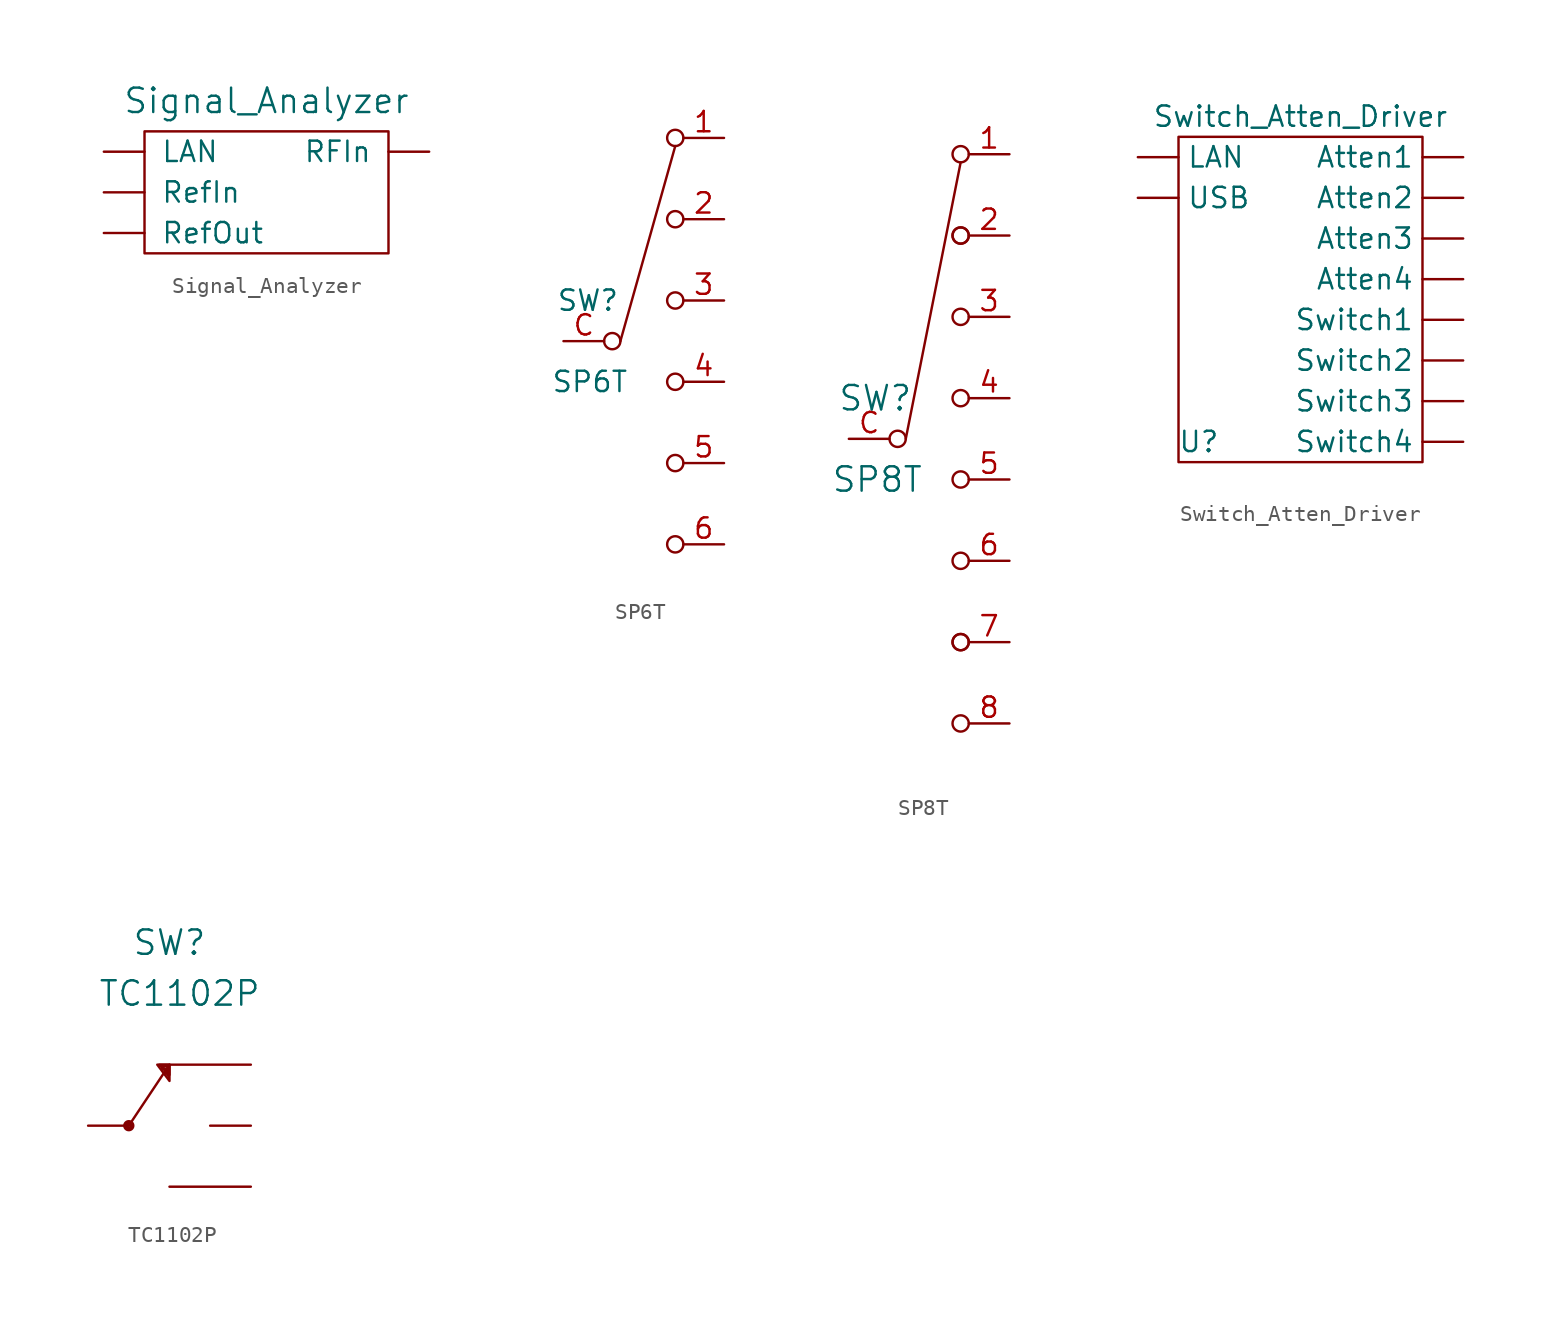
<source format=kicad_sym>
(kicad_symbol_lib
  (version 20211014)
  (generator kicad_symbol_editor)
  (symbol "Signal_Analyzer"
    (pin_names
      (offset 1.016))
    (property "Reference" "SA"
      (at 0 5.715 0)
      (effects (font (size 1.524 1.524)) hide))
    (property "Value" "Signal_Analyzer"
      (at 0 3.175 0)
      (effects (font (size 1.524 1.524))))
    (property "Footprint" ""
      (at 0 0 0)
      (effects (font (size 1.524 1.524))))
    (property "Datasheet" ""
      (at 0 0 0)
      (effects (font (size 1.524 1.524))))
    (symbol "Signal_Analyzer_0_1"
      (rectangle (start -7.62 1.27) (end 7.62 -6.35) (stroke (width 0) (type default) (color 0 0 0 0)) (fill (type none))))
    (symbol "Signal_Analyzer_1_1"
      (pin bidirectional line (at -10.16 0 0) (length 2.54) (name "LAN" (effects (font (size 1.27 1.27)))) (number "" (effects (font (size 1.27 1.27)))))
      (pin input line (at 10.16 0 180) (length 2.54) (name "RFIn" (effects (font (size 1.27 1.27)))) (number "" (effects (font (size 1.27 1.27)))))
      (pin input line (at -10.16 -2.54 0) (length 2.54) (name "RefIn" (effects (font (size 1.27 1.27)))) (number "" (effects (font (size 1.27 1.27)))))
      (pin output line (at -10.16 -5.08 0) (length 2.54) (name "RefOut" (effects (font (size 1.27 1.27)))) (number "" (effects (font (size 1.27 1.27)))))))
  (symbol "SP6T"
    (property "Reference" "SW"
      (at -5.461 2.54 0)
      (effects (font (size 1.27 1.27))))
    (property "Value" "SP6T"
      (at -5.334 -2.54 0)
      (effects (font (size 1.27 1.27))))
    (symbol "SP6T_0_0"
      (circle (center -3.937 0) (radius 0.508) (stroke (width 0) (type default) (color 0 0 0 0)) (fill (type none)))
      (circle (center 0 -12.7) (radius 0.508) (stroke (width 0) (type default) (color 0 0 0 0)) (fill (type none)))
      (circle (center 0 -2.54) (radius 0.508) (stroke (width 0) (type default) (color 0 0 0 0)) (fill (type none)))
      (circle (center 0 7.62) (radius 0.508) (stroke (width 0) (type default) (color 0 0 0 0)) (fill (type none))))
    (symbol "SP6T_0_1"
      (circle (center 0 -7.62) (radius 0.508) (stroke (width 0) (type default) (color 0 0 0 0)) (fill (type none)))
      (polyline (pts (xy -3.429 0) (xy 0 12.192)) (stroke (width 0) (type default) (color 0 0 0 0)) (fill (type none)))
      (circle (center 0 2.54) (radius 0.508) (stroke (width 0) (type default) (color 0 0 0 0)) (fill (type none)))
      (circle (center 0 12.7) (radius 0.508) (stroke (width 0) (type default) (color 0 0 0 0)) (fill (type none))))
    (symbol "SP6T_1_1"
      (pin passive line (at 3.048 12.7 180) (length 2.54) (name "" (effects (font (size 1.27 1.27)))) (number "1" (effects (font (size 1.27 1.27)))))
      (pin passive line (at 3.048 7.62 180) (length 2.54) (name "" (effects (font (size 1.27 1.27)))) (number "2" (effects (font (size 1.27 1.27)))))
      (pin passive line (at 3.048 2.54 180) (length 2.54) (name "" (effects (font (size 1.27 1.27)))) (number "3" (effects (font (size 1.27 1.27)))))
      (pin passive line (at 3.048 -2.54 180) (length 2.54) (name "" (effects (font (size 1.27 1.27)))) (number "4" (effects (font (size 1.27 1.27)))))
      (pin passive line (at 3.048 -7.62 180) (length 2.54) (name "" (effects (font (size 1.27 1.27)))) (number "5" (effects (font (size 1.27 1.27)))))
      (pin passive line (at 3.048 -12.7 180) (length 2.54) (name "" (effects (font (size 1.27 1.27)))) (number "6" (effects (font (size 1.27 1.27)))))
      (pin passive line (at -6.985 0 0) (length 2.54) (name "" (effects (font (size 1.27 1.27)))) (number "C" (effects (font (size 1.27 1.27)))))))
  (symbol "SP8T"
    (pin_names
      (offset 1.016))
    (property "Reference" "SW"
      (at -5.334 2.54 0)
      (effects (font (size 1.524 1.524))))
    (property "Value" "SP8T"
      (at -5.207 -2.54 0)
      (effects (font (size 1.524 1.524))))
    (property "Footprint" ""
      (at 1.143 9.144 0)
      (effects (font (size 1.524 1.524))))
    (property "Datasheet" ""
      (at 1.143 9.144 0)
      (effects (font (size 1.524 1.524))))
    (symbol "SP8T_0_0"
      (circle (center -3.937 0) (radius 0.508) (stroke (width 0) (type default) (color 0 0 0 0)) (fill (type none)))
      (circle (center 0 -17.78) (radius 0.508) (stroke (width 0) (type default) (color 0 0 0 0)) (fill (type none)))
      (circle (center 0 -12.7) (radius 0.508) (stroke (width 0) (type default) (color 0 0 0 0)) (fill (type none)))
      (circle (center 0 -2.54) (radius 0.508) (stroke (width 0) (type default) (color 0 0 0 0)) (fill (type none)))
      (circle (center 0 7.62) (radius 0.508) (stroke (width 0) (type default) (color 0 0 0 0)) (fill (type none)))
      (circle (center 0 12.7) (radius 0.508) (stroke (width 0) (type default) (color 0 0 0 0)) (fill (type none))))
    (symbol "SP8T_0_1"
      (circle (center 0 -12.7) (radius 0.508) (stroke (width 0) (type default) (color 0 0 0 0)) (fill (type none)))
      (circle (center 0 -7.62) (radius 0.508) (stroke (width 0) (type default) (color 0 0 0 0)) (fill (type none)))
      (polyline (pts (xy -3.429 0) (xy 0 17.272)) (stroke (width 0) (type default) (color 0 0 0 0)) (fill (type none)))
      (circle (center 0 2.54) (radius 0.508) (stroke (width 0) (type default) (color 0 0 0 0)) (fill (type none)))
      (circle (center 0 12.7) (radius 0.508) (stroke (width 0) (type default) (color 0 0 0 0)) (fill (type none)))
      (circle (center 0 17.78) (radius 0.508) (stroke (width 0) (type default) (color 0 0 0 0)) (fill (type none))))
    (symbol "SP8T_1_1"
      (pin passive line (at 3.048 17.78 180) (length 2.54) (name "" (effects (font (size 1.27 1.27)))) (number "1" (effects (font (size 1.27 1.27)))))
      (pin passive line (at 3.048 12.7 180) (length 2.54) (name "" (effects (font (size 1.27 1.27)))) (number "2" (effects (font (size 1.27 1.27)))))
      (pin passive line (at 3.048 7.62 180) (length 2.54) (name "" (effects (font (size 1.27 1.27)))) (number "3" (effects (font (size 1.27 1.27)))))
      (pin passive line (at 3.048 2.54 180) (length 2.54) (name "" (effects (font (size 1.27 1.27)))) (number "4" (effects (font (size 1.27 1.27)))))
      (pin passive line (at 3.048 -2.54 180) (length 2.54) (name "" (effects (font (size 1.27 1.27)))) (number "5" (effects (font (size 1.27 1.27)))))
      (pin passive line (at 3.048 -7.62 180) (length 2.54) (name "" (effects (font (size 1.27 1.27)))) (number "6" (effects (font (size 1.27 1.27)))))
      (pin passive line (at 3.048 -12.7 180) (length 2.54) (name "" (effects (font (size 1.27 1.27)))) (number "7" (effects (font (size 1.27 1.27)))))
      (pin passive line (at 3.048 -17.78 180) (length 2.54) (name "" (effects (font (size 1.27 1.27)))) (number "8" (effects (font (size 1.27 1.27)))))
      (pin passive line (at -6.985 0 0) (length 2.54) (name "" (effects (font (size 1.27 1.27)))) (number "C" (effects (font (size 1.27 1.27)))))))
  (symbol "Switch_Atten_Driver"
    (property "Reference" "U"
      (at -6.35 -17.78 0)
      (effects (font (size 1.27 1.27))))
    (property "Value" "Switch_Atten_Driver"
      (at 0 2.54 0)
      (effects (font (size 1.27 1.27))))
    (symbol "Switch_Atten_Driver_0_1"
      (rectangle (start -7.62 1.27) (end 7.62 -19.05) (stroke (width 0) (type default) (color 0 0 0 0)) (fill (type none))))
    (symbol "Switch_Atten_Driver_1_1"
      (pin bidirectional line (at 10.16 0 180) (length 2.54) (name "Atten1" (effects (font (size 1.27 1.27)))) (number "" (effects (font (size 1.27 1.27)))))
      (pin bidirectional line (at 10.16 -2.54 180) (length 2.54) (name "Atten2" (effects (font (size 1.27 1.27)))) (number "" (effects (font (size 1.27 1.27)))))
      (pin bidirectional line (at 10.16 -5.08 180) (length 2.54) (name "Atten3" (effects (font (size 1.27 1.27)))) (number "" (effects (font (size 1.27 1.27)))))
      (pin bidirectional line (at 10.16 -7.62 180) (length 2.54) (name "Atten4" (effects (font (size 1.27 1.27)))) (number "" (effects (font (size 1.27 1.27)))))
      (pin bidirectional line (at -10.16 0 0) (length 2.54) (name "LAN" (effects (font (size 1.27 1.27)))) (number "" (effects (font (size 1.27 1.27)))))
      (pin bidirectional line (at 10.16 -10.16 180) (length 2.54) (name "Switch1" (effects (font (size 1.27 1.27)))) (number "" (effects (font (size 1.27 1.27)))))
      (pin bidirectional line (at 10.16 -12.7 180) (length 2.54) (name "Switch2" (effects (font (size 1.27 1.27)))) (number "" (effects (font (size 1.27 1.27)))))
      (pin bidirectional line (at 10.16 -15.24 180) (length 2.54) (name "Switch3" (effects (font (size 1.27 1.27)))) (number "" (effects (font (size 1.27 1.27)))))
      (pin bidirectional line (at 10.16 -17.78 180) (length 2.54) (name "Switch4" (effects (font (size 1.27 1.27)))) (number "" (effects (font (size 1.27 1.27)))))
      (pin bidirectional line (at -10.16 -2.54 0) (length 2.54) (name "USB" (effects (font (size 1.27 1.27)))) (number "" (effects (font (size 1.27 1.27)))))))
  (symbol "TC1102P"
    (pin_names
      (offset 1.016))
    (property "Reference" "SW"
      (at 0 11.43 0)
      (effects (font (size 1.524 1.524))))
    (property "Value" "TC1102P"
      (at 0.635 8.255 0)
      (effects (font (size 1.524 1.524))))
    (property "Footprint" ""
      (at 0 3.81 0)
      (effects (font (size 1.524 1.524))))
    (property "Datasheet" ""
      (at 0 3.81 0)
      (effects (font (size 1.524 1.524))))
    (symbol "TC1102P_0_1"
      (circle (center -2.54 0) (radius 0.127) (stroke (width 0) (type default) (color 0 0 0 0)) (fill (type none)))
      (circle (center -2.54 0) (radius 0.178) (stroke (width 0) (type default) (color 0 0 0 0)) (fill (type none)))
      (circle (center -2.54 0) (radius 0.279) (stroke (width 0) (type default) (color 0 0 0 0)) (fill (type none)))
      (polyline (pts (xy -0.102 3.2) (xy -0.051 3.048)) (stroke (width 0) (type default) (color 0 0 0 0)) (fill (type none)))
      (polyline (pts (xy -0.457 3.708) (xy -0.102 3.708) (xy -0.102 3.15) (xy -0.406 3.607) (xy -0.356 3.658)) (stroke (width 0) (type default) (color 0 0 0 0)) (fill (type none)))
      (polyline (pts (xy -2.54 0) (xy 0 3.81) (xy -0.635 3.81) (xy 0 3.81) (xy 0 3.175) (xy -0.635 3.81) (xy 0 3.81)) (stroke (width 0) (type default) (color 0 0 0 0)) (fill (type none)))
      (polyline (pts (xy 0 3.81) (xy 0 2.794) (xy -0.762 3.81) (xy 0 3.81) (xy 0 3.556) (xy -0.508 3.556) (xy 0 3.556) (xy 0 3.302) (xy -0.254 3.302) (xy 0 3.302)) (stroke (width 0) (type default) (color 0 0 0 0)) (fill (type none))))
    (symbol "TC1102P_1_1"
      (pin input line (at -5.08 0 0) (length 2.54) (name "~" (effects (font (size 1.27 1.27)))) (number "~" (effects (font (size 1.27 1.27)))))
      (pin input line (at 5.08 -3.81 180) (length 5.08) (name "~" (effects (font (size 1.27 1.27)))) (number "~" (effects (font (size 1.27 1.27)))))
      (pin input line (at 5.08 0 180) (length 2.54) (name "~" (effects (font (size 1.27 1.27)))) (number "~" (effects (font (size 1.27 1.27)))))
      (pin input line (at 5.08 3.81 180) (length 5.08) (name "~" (effects (font (size 1.27 1.27)))) (number "~" (effects (font (size 1.27 1.27))))))))
</source>
